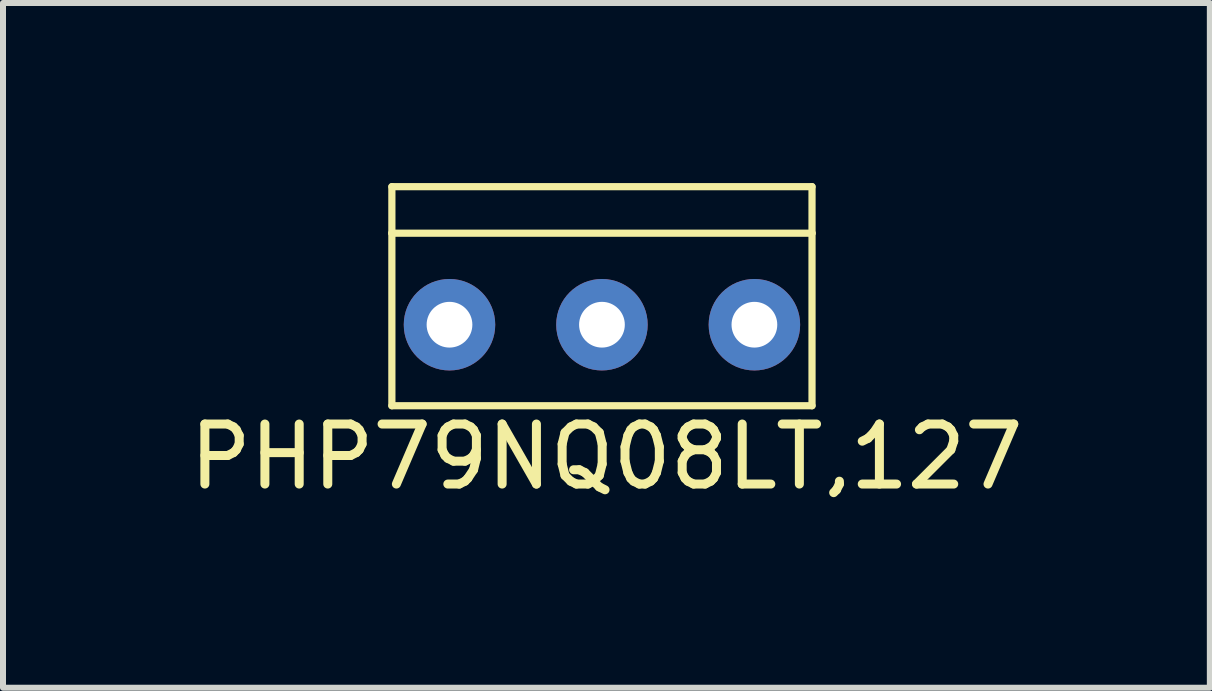
<source format=kicad_pcb>
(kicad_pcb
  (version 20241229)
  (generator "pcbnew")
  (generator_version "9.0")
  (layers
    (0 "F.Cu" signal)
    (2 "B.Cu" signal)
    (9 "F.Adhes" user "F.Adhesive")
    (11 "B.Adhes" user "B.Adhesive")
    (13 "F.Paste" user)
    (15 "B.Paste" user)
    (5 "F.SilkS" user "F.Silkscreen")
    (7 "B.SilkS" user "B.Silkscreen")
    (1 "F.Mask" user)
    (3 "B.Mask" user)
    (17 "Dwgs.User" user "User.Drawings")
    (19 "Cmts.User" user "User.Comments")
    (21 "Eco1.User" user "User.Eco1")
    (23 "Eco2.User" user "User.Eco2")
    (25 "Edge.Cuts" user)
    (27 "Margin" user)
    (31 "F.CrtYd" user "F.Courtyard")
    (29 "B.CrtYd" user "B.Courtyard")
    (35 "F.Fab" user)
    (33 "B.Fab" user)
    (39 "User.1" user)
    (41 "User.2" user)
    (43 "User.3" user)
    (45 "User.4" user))
  (footprint "PHP79NQ08LT,127"
    (layer "F.Cu")
    (at 6.979 2.36)
    (property "Reference" "PHP79NQ08LT,127" (at 0.075 2.2 0) (layer "F.SilkS") (effects (font (size 1 1) (thickness 0.15))))
    (attr through_hole)
    (fp_line (start -3.5 -2.3) (end 3.5 -2.3) (stroke (width 0.12) (type solid)) (layer "F.SilkS"))
    (fp_line (start -3.5 -1.525) (end -3.5 -2.3) (stroke (width 0.12) (type solid)) (layer "F.SilkS"))
    (fp_line (start -3.5 -1.525) (end -3.5 1.35) (stroke (width 0.12) (type solid)) (layer "F.SilkS"))
    (fp_line (start -3.5 1.35) (end 3.5 1.35) (stroke (width 0.12) (type solid)) (layer "F.SilkS"))
    (fp_line (start 3.5 -2.3) (end 3.5 -1.525) (stroke (width 0.12) (type solid)) (layer "F.SilkS"))
    (fp_line (start 3.5 -1.525) (end -3.5 -1.525) (stroke (width 0.12) (type solid)) (layer "F.SilkS"))
    (fp_line (start 3.5 1.35) (end 3.5 -1.525) (stroke (width 0.12) (type solid)) (layer "F.SilkS"))
    (pad "1" thru_hole circle (at 0 0) (size 1.524 1.524) (drill 0.762) (layers "*.Cu" "*.Mask"))
    (pad "2" thru_hole circle (at -2.54 0) (size 1.524 1.524) (drill 0.762) (layers "*.Cu" "*.Mask"))
    (pad "3" thru_hole circle (at 2.54 0) (size 1.524 1.524) (drill 0.762) (layers "*.Cu" "*.Mask")))
  (gr_rect
    (start -3 -3)
    (end 17.107 8.408)
    (stroke (width 0.1) (type default))
    (fill no)
    (layer "Edge.Cuts")))
</source>
